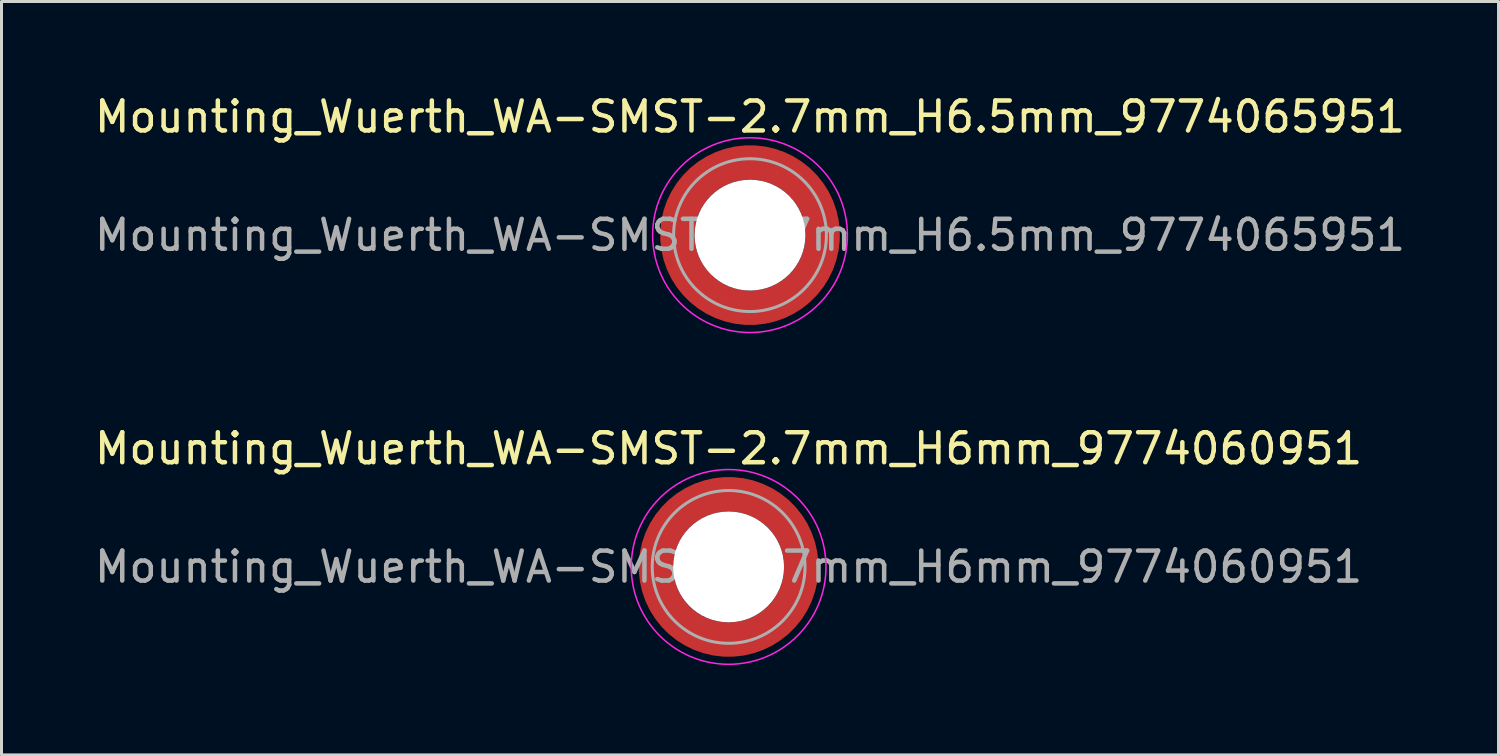
<source format=kicad_pcb>
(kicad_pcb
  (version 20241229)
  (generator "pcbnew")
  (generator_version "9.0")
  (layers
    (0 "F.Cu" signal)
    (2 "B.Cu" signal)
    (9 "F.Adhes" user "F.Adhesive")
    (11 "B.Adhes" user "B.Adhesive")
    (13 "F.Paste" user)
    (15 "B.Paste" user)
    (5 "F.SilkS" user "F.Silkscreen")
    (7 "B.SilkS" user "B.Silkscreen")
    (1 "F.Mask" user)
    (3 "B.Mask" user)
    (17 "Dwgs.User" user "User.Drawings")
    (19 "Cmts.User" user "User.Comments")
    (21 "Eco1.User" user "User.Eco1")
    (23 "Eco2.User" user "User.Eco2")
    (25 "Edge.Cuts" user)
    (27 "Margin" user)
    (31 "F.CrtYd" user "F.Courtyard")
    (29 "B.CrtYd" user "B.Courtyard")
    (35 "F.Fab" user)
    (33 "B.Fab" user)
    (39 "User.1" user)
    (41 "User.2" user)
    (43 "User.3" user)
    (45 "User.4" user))
  (footprint "Mounting_Wuerth_WA-SMST-2.7mm_H6mm_9774060951"
    (layer "F.Cu")
    (at 21.268 15.871)
    (property "Reference" "Mounting_Wuerth_WA-SMST-2.7mm_H6mm_9774060951" (at 0 -3.95 0) (layer "F.SilkS") (effects (font (size 1 1) (thickness 0.15))))
    (attr smd allow_soldermask_bridges)
    (fp_circle (center 0 0) (end 3.25 0) (stroke (width 0.05) (type solid)) (fill no) (layer "F.CrtYd"))
    (fp_circle (center 0 0) (end 2.55 0) (stroke (width 0.1) (type solid)) (fill no) (layer "F.Fab"))
    (fp_text user "${REFERENCE}" (at 0 0 0) (layer "F.Fab") (effects (font (size 1 1) (thickness 0.15))))
    (pad "" smd custom (at -1.704 -1.704) (size 0.51 0.51) (layers "F.Paste") (options (anchor circle)) (primitives (gr_arc (start -0.250195 1.279127) (mid 0.289914 0.289914) (end 1.279127 -0.250195) (width 0.2)) (gr_arc (start -0.34334 1.279127) (mid 0.225488 0.225488) (end 1.279127 -0.34334) (width 0.2)) (gr_arc (start -0.436309 1.279127) (mid 0.161063 0.161063) (end 1.279127 -0.436309) (width 0.2)) (gr_arc (start -0.529126 1.279127) (mid 0.096638 0.096638) (end 1.279127 -0.529126) (width 0.2)) (gr_arc (start -0.621807 1.279127) (mid 0.032213 0.032213) (end 1.279127 -0.621807) (width 0.2)) (gr_arc (start -0.71437 1.279127) (mid -0.032213 -0.032213) (end 1.279127 -0.71437) (width 0.2)) (gr_arc (start -0.806826 1.279127) (mid -0.096638 -0.096638) (end 1.279127 -0.806826) (width 0.2)) (gr_arc (start -0.899187 1.279127) (mid -0.161063 -0.161063) (end 1.279127 -0.899187) (width 0.2)) (gr_arc (start -0.991463 1.279127) (mid -0.225488 -0.225488) (end 1.279127 -0.991463) (width 0.2)) (gr_arc (start -1.083663 1.279127) (mid -0.289914 -0.289914) (end 1.279127 -1.083663) (width 0.2)) (gr_line (start 1.279 -0.25) (end 1.279 -1.084) (width 0.2)) (gr_line (start -0.25 1.279) (end -1.084 1.279) (width 0.2))))
    (pad "" smd custom (at -1.704 1.704) (size 0.51 0.51) (layers "F.Paste") (options (anchor circle)) (primitives (gr_arc (start 1.279127 0.250195) (mid 0.289914 -0.289914) (end -0.250195 -1.279127) (width 0.2)) (gr_arc (start 1.279127 0.34334) (mid 0.225488 -0.225488) (end -0.34334 -1.279127) (width 0.2)) (gr_arc (start 1.279127 0.436309) (mid 0.161063 -0.161063) (end -0.436309 -1.279127) (width 0.2)) (gr_arc (start 1.279127 0.529126) (mid 0.096638 -0.096638) (end -0.529126 -1.279127) (width 0.2)) (gr_arc (start 1.279127 0.621807) (mid 0.032213 -0.032213) (end -0.621807 -1.279127) (width 0.2)) (gr_arc (start 1.279127 0.71437) (mid -0.032213 0.032213) (end -0.71437 -1.279127) (width 0.2)) (gr_arc (start 1.279127 0.806826) (mid -0.096638 0.096638) (end -0.806826 -1.279127) (width 0.2)) (gr_arc (start 1.279127 0.899187) (mid -0.161063 0.161063) (end -0.899187 -1.279127) (width 0.2)) (gr_arc (start 1.279127 0.991463) (mid -0.225488 0.225488) (end -0.991463 -1.279127) (width 0.2)) (gr_arc (start 1.279127 1.083663) (mid -0.289914 0.289914) (end -1.083663 -1.279127) (width 0.2)) (gr_line (start -0.25 -1.279) (end -1.084 -1.279) (width 0.2)) (gr_line (start 1.279 0.25) (end 1.279 1.084) (width 0.2))))
    (pad "" np_thru_hole circle (at 0 0) (size 3.7 3.7) (drill 3.7) (layers "*.Cu" "*.Mask"))
    (pad "" smd custom (at 1.704 -1.704) (size 0.51 0.51) (layers "F.Paste") (options (anchor circle)) (primitives (gr_arc (start -1.279127 -0.250195) (mid -0.289914 0.289914) (end 0.250195 1.279127) (width 0.2)) (gr_arc (start -1.279127 -0.34334) (mid -0.225488 0.225488) (end 0.34334 1.279127) (width 0.2)) (gr_arc (start -1.279127 -0.436309) (mid -0.161063 0.161063) (end 0.436309 1.279127) (width 0.2)) (gr_arc (start -1.279127 -0.529126) (mid -0.096638 0.096638) (end 0.529126 1.279127) (width 0.2)) (gr_arc (start -1.279127 -0.621807) (mid -0.032213 0.032213) (end 0.621807 1.279127) (width 0.2)) (gr_arc (start -1.279127 -0.71437) (mid 0.032213 -0.032213) (end 0.71437 1.279127) (width 0.2)) (gr_arc (start -1.279127 -0.806826) (mid 0.096638 -0.096638) (end 0.806826 1.279127) (width 0.2)) (gr_arc (start -1.279127 -0.899187) (mid 0.161063 -0.161063) (end 0.899187 1.279127) (width 0.2)) (gr_arc (start -1.279127 -0.991463) (mid 0.225488 -0.225488) (end 0.991463 1.279127) (width 0.2)) (gr_arc (start -1.279127 -1.083663) (mid 0.289914 -0.289914) (end 1.083663 1.279127) (width 0.2)) (gr_line (start 0.25 1.279) (end 1.084 1.279) (width 0.2)) (gr_line (start -1.279 -0.25) (end -1.279 -1.084) (width 0.2))))
    (pad "" smd custom (at 1.704 1.704) (size 0.51 0.51) (layers "F.Paste") (options (anchor circle)) (primitives (gr_arc (start 0.250195 -1.279127) (mid -0.289914 -0.289914) (end -1.279127 0.250195) (width 0.2)) (gr_arc (start 0.34334 -1.279127) (mid -0.225488 -0.225488) (end -1.279127 0.34334) (width 0.2)) (gr_arc (start 0.436309 -1.279127) (mid -0.161063 -0.161063) (end -1.279127 0.436309) (width 0.2)) (gr_arc (start 0.529126 -1.279127) (mid -0.096638 -0.096638) (end -1.279127 0.529126) (width 0.2)) (gr_arc (start 0.621807 -1.279127) (mid -0.032213 -0.032213) (end -1.279127 0.621807) (width 0.2)) (gr_arc (start 0.71437 -1.279127) (mid 0.032213 0.032213) (end -1.279127 0.71437) (width 0.2)) (gr_arc (start 0.806826 -1.279127) (mid 0.096638 0.096638) (end -1.279127 0.806826) (width 0.2)) (gr_arc (start 0.899187 -1.279127) (mid 0.161063 0.161063) (end -1.279127 0.899187) (width 0.2)) (gr_arc (start 0.991463 -1.279127) (mid 0.225488 0.225488) (end -1.279127 0.991463) (width 0.2)) (gr_arc (start 1.083663 -1.279127) (mid 0.289914 0.289914) (end -1.279127 1.083663) (width 0.2)) (gr_line (start -1.279 0.25) (end -1.279 1.084) (width 0.2)) (gr_line (start 0.25 -1.279) (end 1.084 -1.279) (width 0.2))))
    (pad "1" smd circle (at -2.425 0) (size 0.642 0.642) (layers "F.Cu"))
    (pad "1" smd circle (at 0 -2.425) (size 0.642 0.642) (layers "F.Cu"))
    (pad "1" smd circle (at 0 2.425) (size 0.642 0.642) (layers "F.Cu"))
    (pad "1" smd custom (at 2.425 0) (size 1.15 1.15) (layers "F.Cu" "F.Mask") (options (anchor circle)) (primitives (gr_circle (center -2.425 0) (end 0 0) (width 1.15) (fill no)))))
  (footprint "Mounting_Wuerth_WA-SMST-2.7mm_H6.5mm_9774065951"
    (layer "F.Cu")
    (at 21.982 4.798)
    (property "Reference" "Mounting_Wuerth_WA-SMST-2.7mm_H6.5mm_9774065951" (at 0 -3.95 0) (layer "F.SilkS") (effects (font (size 1 1) (thickness 0.15))))
    (attr smd allow_soldermask_bridges)
    (fp_circle (center 0 0) (end 3.25 0) (stroke (width 0.05) (type solid)) (fill no) (layer "F.CrtYd"))
    (fp_circle (center 0 0) (end 2.55 0) (stroke (width 0.1) (type solid)) (fill no) (layer "F.Fab"))
    (fp_text user "${REFERENCE}" (at 0 0 0) (layer "F.Fab") (effects (font (size 1 1) (thickness 0.15))))
    (pad "" smd custom (at -1.704 -1.704) (size 0.51 0.51) (layers "F.Paste") (options (anchor circle)) (primitives (gr_arc (start -0.250195 1.279127) (mid 0.289914 0.289914) (end 1.279127 -0.250195) (width 0.2)) (gr_arc (start -0.34334 1.279127) (mid 0.225488 0.225488) (end 1.279127 -0.34334) (width 0.2)) (gr_arc (start -0.436309 1.279127) (mid 0.161063 0.161063) (end 1.279127 -0.436309) (width 0.2)) (gr_arc (start -0.529126 1.279127) (mid 0.096638 0.096638) (end 1.279127 -0.529126) (width 0.2)) (gr_arc (start -0.621807 1.279127) (mid 0.032213 0.032213) (end 1.279127 -0.621807) (width 0.2)) (gr_arc (start -0.71437 1.279127) (mid -0.032213 -0.032213) (end 1.279127 -0.71437) (width 0.2)) (gr_arc (start -0.806826 1.279127) (mid -0.096638 -0.096638) (end 1.279127 -0.806826) (width 0.2)) (gr_arc (start -0.899187 1.279127) (mid -0.161063 -0.161063) (end 1.279127 -0.899187) (width 0.2)) (gr_arc (start -0.991463 1.279127) (mid -0.225488 -0.225488) (end 1.279127 -0.991463) (width 0.2)) (gr_arc (start -1.083663 1.279127) (mid -0.289914 -0.289914) (end 1.279127 -1.083663) (width 0.2)) (gr_line (start 1.279 -0.25) (end 1.279 -1.084) (width 0.2)) (gr_line (start -0.25 1.279) (end -1.084 1.279) (width 0.2))))
    (pad "" smd custom (at -1.704 1.704) (size 0.51 0.51) (layers "F.Paste") (options (anchor circle)) (primitives (gr_arc (start 1.279127 0.250195) (mid 0.289914 -0.289914) (end -0.250195 -1.279127) (width 0.2)) (gr_arc (start 1.279127 0.34334) (mid 0.225488 -0.225488) (end -0.34334 -1.279127) (width 0.2)) (gr_arc (start 1.279127 0.436309) (mid 0.161063 -0.161063) (end -0.436309 -1.279127) (width 0.2)) (gr_arc (start 1.279127 0.529126) (mid 0.096638 -0.096638) (end -0.529126 -1.279127) (width 0.2)) (gr_arc (start 1.279127 0.621807) (mid 0.032213 -0.032213) (end -0.621807 -1.279127) (width 0.2)) (gr_arc (start 1.279127 0.71437) (mid -0.032213 0.032213) (end -0.71437 -1.279127) (width 0.2)) (gr_arc (start 1.279127 0.806826) (mid -0.096638 0.096638) (end -0.806826 -1.279127) (width 0.2)) (gr_arc (start 1.279127 0.899187) (mid -0.161063 0.161063) (end -0.899187 -1.279127) (width 0.2)) (gr_arc (start 1.279127 0.991463) (mid -0.225488 0.225488) (end -0.991463 -1.279127) (width 0.2)) (gr_arc (start 1.279127 1.083663) (mid -0.289914 0.289914) (end -1.083663 -1.279127) (width 0.2)) (gr_line (start -0.25 -1.279) (end -1.084 -1.279) (width 0.2)) (gr_line (start 1.279 0.25) (end 1.279 1.084) (width 0.2))))
    (pad "" np_thru_hole circle (at 0 0) (size 3.7 3.7) (drill 3.7) (layers "*.Cu" "*.Mask"))
    (pad "" smd custom (at 1.704 -1.704) (size 0.51 0.51) (layers "F.Paste") (options (anchor circle)) (primitives (gr_arc (start -1.279127 -0.250195) (mid -0.289914 0.289914) (end 0.250195 1.279127) (width 0.2)) (gr_arc (start -1.279127 -0.34334) (mid -0.225488 0.225488) (end 0.34334 1.279127) (width 0.2)) (gr_arc (start -1.279127 -0.436309) (mid -0.161063 0.161063) (end 0.436309 1.279127) (width 0.2)) (gr_arc (start -1.279127 -0.529126) (mid -0.096638 0.096638) (end 0.529126 1.279127) (width 0.2)) (gr_arc (start -1.279127 -0.621807) (mid -0.032213 0.032213) (end 0.621807 1.279127) (width 0.2)) (gr_arc (start -1.279127 -0.71437) (mid 0.032213 -0.032213) (end 0.71437 1.279127) (width 0.2)) (gr_arc (start -1.279127 -0.806826) (mid 0.096638 -0.096638) (end 0.806826 1.279127) (width 0.2)) (gr_arc (start -1.279127 -0.899187) (mid 0.161063 -0.161063) (end 0.899187 1.279127) (width 0.2)) (gr_arc (start -1.279127 -0.991463) (mid 0.225488 -0.225488) (end 0.991463 1.279127) (width 0.2)) (gr_arc (start -1.279127 -1.083663) (mid 0.289914 -0.289914) (end 1.083663 1.279127) (width 0.2)) (gr_line (start 0.25 1.279) (end 1.084 1.279) (width 0.2)) (gr_line (start -1.279 -0.25) (end -1.279 -1.084) (width 0.2))))
    (pad "" smd custom (at 1.704 1.704) (size 0.51 0.51) (layers "F.Paste") (options (anchor circle)) (primitives (gr_arc (start 0.250195 -1.279127) (mid -0.289914 -0.289914) (end -1.279127 0.250195) (width 0.2)) (gr_arc (start 0.34334 -1.279127) (mid -0.225488 -0.225488) (end -1.279127 0.34334) (width 0.2)) (gr_arc (start 0.436309 -1.279127) (mid -0.161063 -0.161063) (end -1.279127 0.436309) (width 0.2)) (gr_arc (start 0.529126 -1.279127) (mid -0.096638 -0.096638) (end -1.279127 0.529126) (width 0.2)) (gr_arc (start 0.621807 -1.279127) (mid -0.032213 -0.032213) (end -1.279127 0.621807) (width 0.2)) (gr_arc (start 0.71437 -1.279127) (mid 0.032213 0.032213) (end -1.279127 0.71437) (width 0.2)) (gr_arc (start 0.806826 -1.279127) (mid 0.096638 0.096638) (end -1.279127 0.806826) (width 0.2)) (gr_arc (start 0.899187 -1.279127) (mid 0.161063 0.161063) (end -1.279127 0.899187) (width 0.2)) (gr_arc (start 0.991463 -1.279127) (mid 0.225488 0.225488) (end -1.279127 0.991463) (width 0.2)) (gr_arc (start 1.083663 -1.279127) (mid 0.289914 0.289914) (end -1.279127 1.083663) (width 0.2)) (gr_line (start -1.279 0.25) (end -1.279 1.084) (width 0.2)) (gr_line (start 0.25 -1.279) (end 1.084 -1.279) (width 0.2))))
    (pad "1" smd circle (at -2.425 0) (size 0.642 0.642) (layers "F.Cu"))
    (pad "1" smd circle (at 0 -2.425) (size 0.642 0.642) (layers "F.Cu"))
    (pad "1" smd circle (at 0 2.425) (size 0.642 0.642) (layers "F.Cu"))
    (pad "1" smd custom (at 2.425 0) (size 1.15 1.15) (layers "F.Cu" "F.Mask") (options (anchor circle)) (primitives (gr_circle (center -2.425 0) (end 0 0) (width 1.15) (fill no)))))
  (gr_rect
    (start -3 -3)
    (end 46.964 22.146)
    (stroke (width 0.1) (type default))
    (fill no)
    (layer "Edge.Cuts")))
</source>
